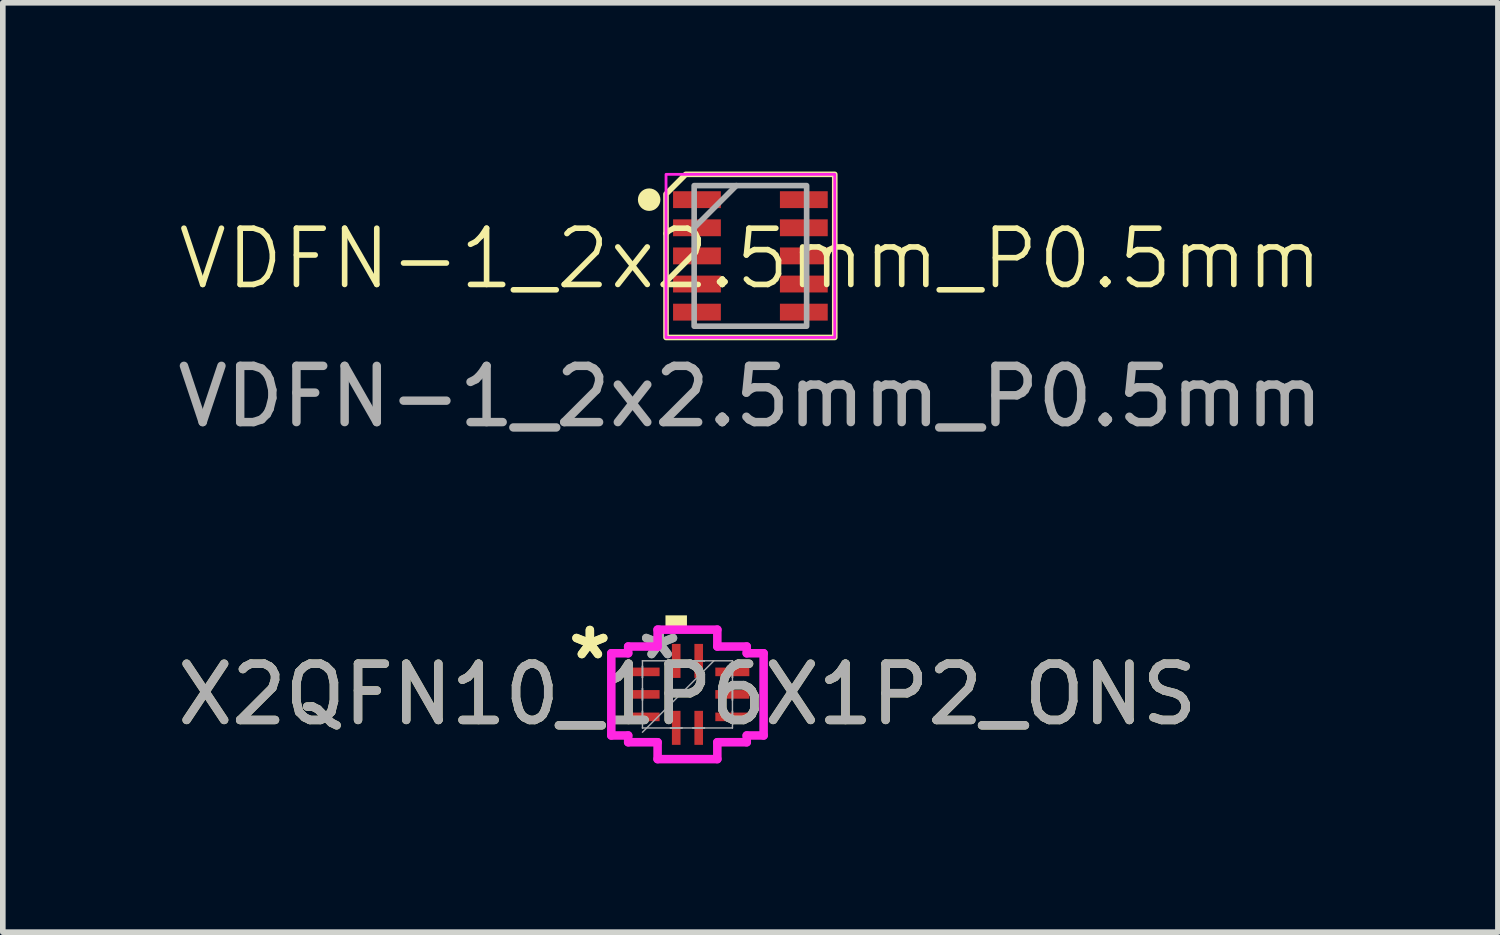
<source format=kicad_pcb>
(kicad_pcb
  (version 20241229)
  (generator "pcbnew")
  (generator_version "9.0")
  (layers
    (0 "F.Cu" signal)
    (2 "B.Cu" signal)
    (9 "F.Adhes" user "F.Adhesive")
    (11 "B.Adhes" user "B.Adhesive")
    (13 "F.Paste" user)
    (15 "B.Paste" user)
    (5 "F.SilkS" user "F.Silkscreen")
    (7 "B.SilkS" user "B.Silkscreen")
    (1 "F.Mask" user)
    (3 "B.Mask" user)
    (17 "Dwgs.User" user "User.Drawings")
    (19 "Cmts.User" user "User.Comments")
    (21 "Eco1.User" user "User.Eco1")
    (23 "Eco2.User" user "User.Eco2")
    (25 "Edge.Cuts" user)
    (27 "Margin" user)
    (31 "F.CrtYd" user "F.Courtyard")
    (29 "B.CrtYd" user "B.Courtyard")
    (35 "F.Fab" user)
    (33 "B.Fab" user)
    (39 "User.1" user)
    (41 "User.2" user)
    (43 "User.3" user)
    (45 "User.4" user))
  (footprint "VDFN-1_2x2.5mm_P0.5mm"
    (layer "F.Cu")
    (at 10.292 1.5)
    (property "Reference" "VDFN-1_2x2.5mm_P0.5mm" (at 0 0.05 0) (unlocked yes) (layer "F.SilkS") (effects (font (size 1 1) (thickness 0.1))))
    (attr smd)
    (fp_circle (center -1.8 -1) (end -1.65 -1) (stroke (width 0.1) (type solid)) (fill yes) (layer "F.SilkS"))
    (fp_poly (pts (xy -1.5 -1.1) (xy -1.15 -1.45) (xy 1.5 -1.45) (xy 1.5 1.45) (xy -1.5 1.45)) (stroke (width 0.1) (type solid)) (fill no) (layer "F.SilkS"))
    (fp_rect (start -1.5 -1.45) (end 1.5 1.45) (stroke (width 0.05) (type default)) (fill no) (layer "F.CrtYd"))
    (fp_line (start -1 -0.5) (end -0.25 -1.25) (stroke (width 0.1) (type default)) (layer "F.Fab"))
    (fp_rect (start -1 -1.25) (end 1 1.25) (stroke (width 0.1) (type default)) (fill no) (layer "F.Fab"))
    (fp_text user "${REFERENCE}" (at 0 2.5 0) (unlocked yes) (layer "F.Fab") (effects (font (size 1 1) (thickness 0.15))))
    (pad "1" smd rect (at -0.95 -1) (size 0.85 0.3) (layers "F.Cu" "F.Mask" "F.Paste"))
    (pad "2" smd rect (at -0.95 -0.5) (size 0.85 0.3) (layers "F.Cu" "F.Mask" "F.Paste"))
    (pad "3" smd rect (at -0.95 0) (size 0.85 0.3) (layers "F.Cu" "F.Mask" "F.Paste"))
    (pad "4" smd rect (at -0.95 0.5) (size 0.85 0.3) (layers "F.Cu" "F.Mask" "F.Paste"))
    (pad "5" smd rect (at -0.95 1) (size 0.85 0.3) (layers "F.Cu" "F.Mask" "F.Paste"))
    (pad "6" smd rect (at 0.95 1) (size 0.85 0.3) (layers "F.Cu" "F.Mask" "F.Paste"))
    (pad "7" smd rect (at 0.95 0.5) (size 0.85 0.3) (layers "F.Cu" "F.Mask" "F.Paste"))
    (pad "8" smd rect (at 0.95 0) (size 0.85 0.3) (layers "F.Cu" "F.Mask" "F.Paste"))
    (pad "9" smd rect (at 0.95 -0.5) (size 0.85 0.3) (layers "F.Cu" "F.Mask" "F.Paste"))
    (pad "10" smd rect (at 0.95 -1) (size 0.85 0.3) (layers "F.Cu" "F.Mask" "F.Paste")))
  (footprint "X2QFN10_1P6X1P2_ONS"
    (layer "F.Cu")
    (at 9.173 9.296)
    (property "Reference" "X2QFN10_1P6X1P2_ONS" (at 0 0 0) (unlocked yes) (layer "F.SilkS") (effects (font (size 1 1) (thickness 0.15))))
    (attr smd)
    (fp_poly (pts (xy -0.391 -1.151) (xy -0.391 -1.405) (xy -0.009 -1.405) (xy -0.009 -1.151)) (stroke (width 0) (type solid)) (fill yes) (layer "F.SilkS"))
    (fp_line (start -1.354 -0.731) (end -1.054 -0.731) (stroke (width 0.152) (type solid)) (layer "F.CrtYd"))
    (fp_line (start -1.354 0.731) (end -1.354 -0.731) (stroke (width 0.152) (type solid)) (layer "F.CrtYd"))
    (fp_line (start -1.054 -0.851) (end -0.531 -0.851) (stroke (width 0.152) (type solid)) (layer "F.CrtYd"))
    (fp_line (start -1.054 -0.731) (end -1.054 -0.851) (stroke (width 0.152) (type solid)) (layer "F.CrtYd"))
    (fp_line (start -1.054 0.731) (end -1.354 0.731) (stroke (width 0.152) (type solid)) (layer "F.CrtYd"))
    (fp_line (start -1.054 0.851) (end -1.054 0.731) (stroke (width 0.152) (type solid)) (layer "F.CrtYd"))
    (fp_line (start -0.531 -1.151) (end 0.531 -1.151) (stroke (width 0.152) (type solid)) (layer "F.CrtYd"))
    (fp_line (start -0.531 -0.851) (end -0.531 -1.151) (stroke (width 0.152) (type solid)) (layer "F.CrtYd"))
    (fp_line (start -0.531 0.851) (end -1.054 0.851) (stroke (width 0.152) (type solid)) (layer "F.CrtYd"))
    (fp_line (start -0.531 1.151) (end -0.531 0.851) (stroke (width 0.152) (type solid)) (layer "F.CrtYd"))
    (fp_line (start 0.531 -1.151) (end 0.531 -0.851) (stroke (width 0.152) (type solid)) (layer "F.CrtYd"))
    (fp_line (start 0.531 -0.851) (end 1.054 -0.851) (stroke (width 0.152) (type solid)) (layer "F.CrtYd"))
    (fp_line (start 0.531 0.851) (end 0.531 1.151) (stroke (width 0.152) (type solid)) (layer "F.CrtYd"))
    (fp_line (start 0.531 1.151) (end -0.531 1.151) (stroke (width 0.152) (type solid)) (layer "F.CrtYd"))
    (fp_line (start 1.054 -0.851) (end 1.054 -0.731) (stroke (width 0.152) (type solid)) (layer "F.CrtYd"))
    (fp_line (start 1.054 -0.731) (end 1.354 -0.731) (stroke (width 0.152) (type solid)) (layer "F.CrtYd"))
    (fp_line (start 1.054 0.731) (end 1.054 0.851) (stroke (width 0.152) (type solid)) (layer "F.CrtYd"))
    (fp_line (start 1.054 0.851) (end 0.531 0.851) (stroke (width 0.152) (type solid)) (layer "F.CrtYd"))
    (fp_line (start 1.354 -0.731) (end 1.354 0.731) (stroke (width 0.152) (type solid)) (layer "F.CrtYd"))
    (fp_line (start 1.354 0.731) (end 1.054 0.731) (stroke (width 0.152) (type solid)) (layer "F.CrtYd"))
    (fp_line (start -0.8 -0.597) (end -0.8 -0.597) (stroke (width 0.025) (type solid)) (layer "F.Fab"))
    (fp_line (start -0.8 -0.597) (end -0.8 0.597) (stroke (width 0.025) (type solid)) (layer "F.Fab"))
    (fp_line (start -0.8 -0.502) (end -0.8 -0.502) (stroke (width 0.025) (type solid)) (layer "F.Fab"))
    (fp_line (start -0.8 -0.502) (end -0.8 -0.298) (stroke (width 0.025) (type solid)) (layer "F.Fab"))
    (fp_line (start -0.8 -0.298) (end -0.8 -0.502) (stroke (width 0.025) (type solid)) (layer "F.Fab"))
    (fp_line (start -0.8 -0.298) (end -0.8 -0.298) (stroke (width 0.025) (type solid)) (layer "F.Fab"))
    (fp_line (start -0.8 -0.102) (end -0.8 -0.102) (stroke (width 0.025) (type solid)) (layer "F.Fab"))
    (fp_line (start -0.8 -0.102) (end -0.8 0.102) (stroke (width 0.025) (type solid)) (layer "F.Fab"))
    (fp_line (start -0.8 0.102) (end -0.8 -0.102) (stroke (width 0.025) (type solid)) (layer "F.Fab"))
    (fp_line (start -0.8 0.102) (end -0.8 0.102) (stroke (width 0.025) (type solid)) (layer "F.Fab"))
    (fp_line (start -0.8 0.298) (end -0.8 0.298) (stroke (width 0.025) (type solid)) (layer "F.Fab"))
    (fp_line (start -0.8 0.298) (end -0.8 0.502) (stroke (width 0.025) (type solid)) (layer "F.Fab"))
    (fp_line (start -0.8 0.502) (end -0.8 0.298) (stroke (width 0.025) (type solid)) (layer "F.Fab"))
    (fp_line (start -0.8 0.502) (end -0.8 0.502) (stroke (width 0.025) (type solid)) (layer "F.Fab"))
    (fp_line (start -0.8 0.597) (end -0.8 0.597) (stroke (width 0.025) (type solid)) (layer "F.Fab"))
    (fp_line (start -0.8 0.597) (end 0.8 0.597) (stroke (width 0.025) (type solid)) (layer "F.Fab"))
    (fp_line (start -0.8 0.673) (end 0.47 -0.597) (stroke (width 0.025) (type solid)) (layer "F.Fab"))
    (fp_line (start -0.302 -0.597) (end -0.302 -0.597) (stroke (width 0.025) (type solid)) (layer "F.Fab"))
    (fp_line (start -0.302 -0.597) (end -0.098 -0.597) (stroke (width 0.025) (type solid)) (layer "F.Fab"))
    (fp_line (start -0.302 0.597) (end -0.302 0.597) (stroke (width 0.025) (type solid)) (layer "F.Fab"))
    (fp_line (start -0.302 0.597) (end -0.098 0.597) (stroke (width 0.025) (type solid)) (layer "F.Fab"))
    (fp_line (start -0.098 -0.597) (end -0.302 -0.597) (stroke (width 0.025) (type solid)) (layer "F.Fab"))
    (fp_line (start -0.098 -0.597) (end -0.098 -0.597) (stroke (width 0.025) (type solid)) (layer "F.Fab"))
    (fp_line (start -0.098 0.597) (end -0.302 0.597) (stroke (width 0.025) (type solid)) (layer "F.Fab"))
    (fp_line (start -0.098 0.597) (end -0.098 0.597) (stroke (width 0.025) (type solid)) (layer "F.Fab"))
    (fp_line (start 0.098 -0.597) (end 0.098 -0.597) (stroke (width 0.025) (type solid)) (layer "F.Fab"))
    (fp_line (start 0.098 -0.597) (end 0.302 -0.597) (stroke (width 0.025) (type solid)) (layer "F.Fab"))
    (fp_line (start 0.098 0.597) (end 0.098 0.597) (stroke (width 0.025) (type solid)) (layer "F.Fab"))
    (fp_line (start 0.098 0.597) (end 0.302 0.597) (stroke (width 0.025) (type solid)) (layer "F.Fab"))
    (fp_line (start 0.302 -0.597) (end 0.098 -0.597) (stroke (width 0.025) (type solid)) (layer "F.Fab"))
    (fp_line (start 0.302 -0.597) (end 0.302 -0.597) (stroke (width 0.025) (type solid)) (layer "F.Fab"))
    (fp_line (start 0.302 0.597) (end 0.098 0.597) (stroke (width 0.025) (type solid)) (layer "F.Fab"))
    (fp_line (start 0.302 0.597) (end 0.302 0.597) (stroke (width 0.025) (type solid)) (layer "F.Fab"))
    (fp_line (start 0.8 -0.597) (end -0.8 -0.597) (stroke (width 0.025) (type solid)) (layer "F.Fab"))
    (fp_line (start 0.8 -0.597) (end 0.8 -0.597) (stroke (width 0.025) (type solid)) (layer "F.Fab"))
    (fp_line (start 0.8 -0.502) (end 0.8 -0.502) (stroke (width 0.025) (type solid)) (layer "F.Fab"))
    (fp_line (start 0.8 -0.502) (end 0.8 -0.298) (stroke (width 0.025) (type solid)) (layer "F.Fab"))
    (fp_line (start 0.8 -0.298) (end 0.8 -0.502) (stroke (width 0.025) (type solid)) (layer "F.Fab"))
    (fp_line (start 0.8 -0.298) (end 0.8 -0.298) (stroke (width 0.025) (type solid)) (layer "F.Fab"))
    (fp_line (start 0.8 -0.102) (end 0.8 -0.102) (stroke (width 0.025) (type solid)) (layer "F.Fab"))
    (fp_line (start 0.8 -0.102) (end 0.8 0.102) (stroke (width 0.025) (type solid)) (layer "F.Fab"))
    (fp_line (start 0.8 0.102) (end 0.8 -0.102) (stroke (width 0.025) (type solid)) (layer "F.Fab"))
    (fp_line (start 0.8 0.102) (end 0.8 0.102) (stroke (width 0.025) (type solid)) (layer "F.Fab"))
    (fp_line (start 0.8 0.298) (end 0.8 0.298) (stroke (width 0.025) (type solid)) (layer "F.Fab"))
    (fp_line (start 0.8 0.298) (end 0.8 0.502) (stroke (width 0.025) (type solid)) (layer "F.Fab"))
    (fp_line (start 0.8 0.502) (end 0.8 0.298) (stroke (width 0.025) (type solid)) (layer "F.Fab"))
    (fp_line (start 0.8 0.502) (end 0.8 0.502) (stroke (width 0.025) (type solid)) (layer "F.Fab"))
    (fp_line (start 0.8 0.597) (end 0.8 -0.597) (stroke (width 0.025) (type solid)) (layer "F.Fab"))
    (fp_line (start 0.8 0.597) (end 0.8 0.597) (stroke (width 0.025) (type solid)) (layer "F.Fab"))
    (fp_text user "*" (at -1.735 -0.6 0) (unlocked yes) (layer "F.SilkS") (effects (font (size 1 1) (thickness 0.15))))
    (fp_text user "*" (at -1.735 -0.6 0) (layer "F.SilkS") (effects (font (size 1 1) (thickness 0.15))))
    (fp_text user "${REFERENCE}" (at 0 0 0) (unlocked yes) (layer "F.Fab") (effects (font (size 1 1) (thickness 0.15))))
    (fp_text user "*" (at -0.495 -0.6 0) (layer "F.Fab") (effects (font (size 1 1) (thickness 0.15))))
    (fp_text user "*" (at -0.495 -0.6 0) (unlocked yes) (layer "F.Fab") (effects (font (size 1 1) (thickness 0.15))))
    (pad "1" smd rect (at -0.798 0.4 90) (size 0.153 0.605) (layers "F.Cu" "F.Mask" "F.Paste"))
    (pad "2" smd rect (at -0.798 0 90) (size 0.153 0.605) (layers "F.Cu" "F.Mask" "F.Paste"))
    (pad "3" smd rect (at -0.798 -0.4 90) (size 0.153 0.605) (layers "F.Cu" "F.Mask" "F.Paste"))
    (pad "4" smd rect (at -0.2 -0.595) (size 0.153 0.605) (layers "F.Cu" "F.Mask" "F.Paste"))
    (pad "5" smd rect (at 0.2 -0.595) (size 0.153 0.605) (layers "F.Cu" "F.Mask" "F.Paste"))
    (pad "6" smd rect (at 0.798 -0.4 90) (size 0.153 0.605) (layers "F.Cu" "F.Mask" "F.Paste"))
    (pad "7" smd rect (at 0.798 0 90) (size 0.153 0.605) (layers "F.Cu" "F.Mask" "F.Paste"))
    (pad "8" smd rect (at 0.798 0.4 90) (size 0.153 0.605) (layers "F.Cu" "F.Mask" "F.Paste"))
    (pad "9" smd rect (at 0.2 0.595) (size 0.153 0.605) (layers "F.Cu" "F.Mask" "F.Paste"))
    (pad "10" smd rect (at -0.2 0.595) (size 0.153 0.605) (layers "F.Cu" "F.Mask" "F.Paste")))
  (gr_rect
    (start -3 -3)
    (end 23.583 13.524)
    (stroke (width 0.1) (type default))
    (fill no)
    (layer "Edge.Cuts")))
</source>
